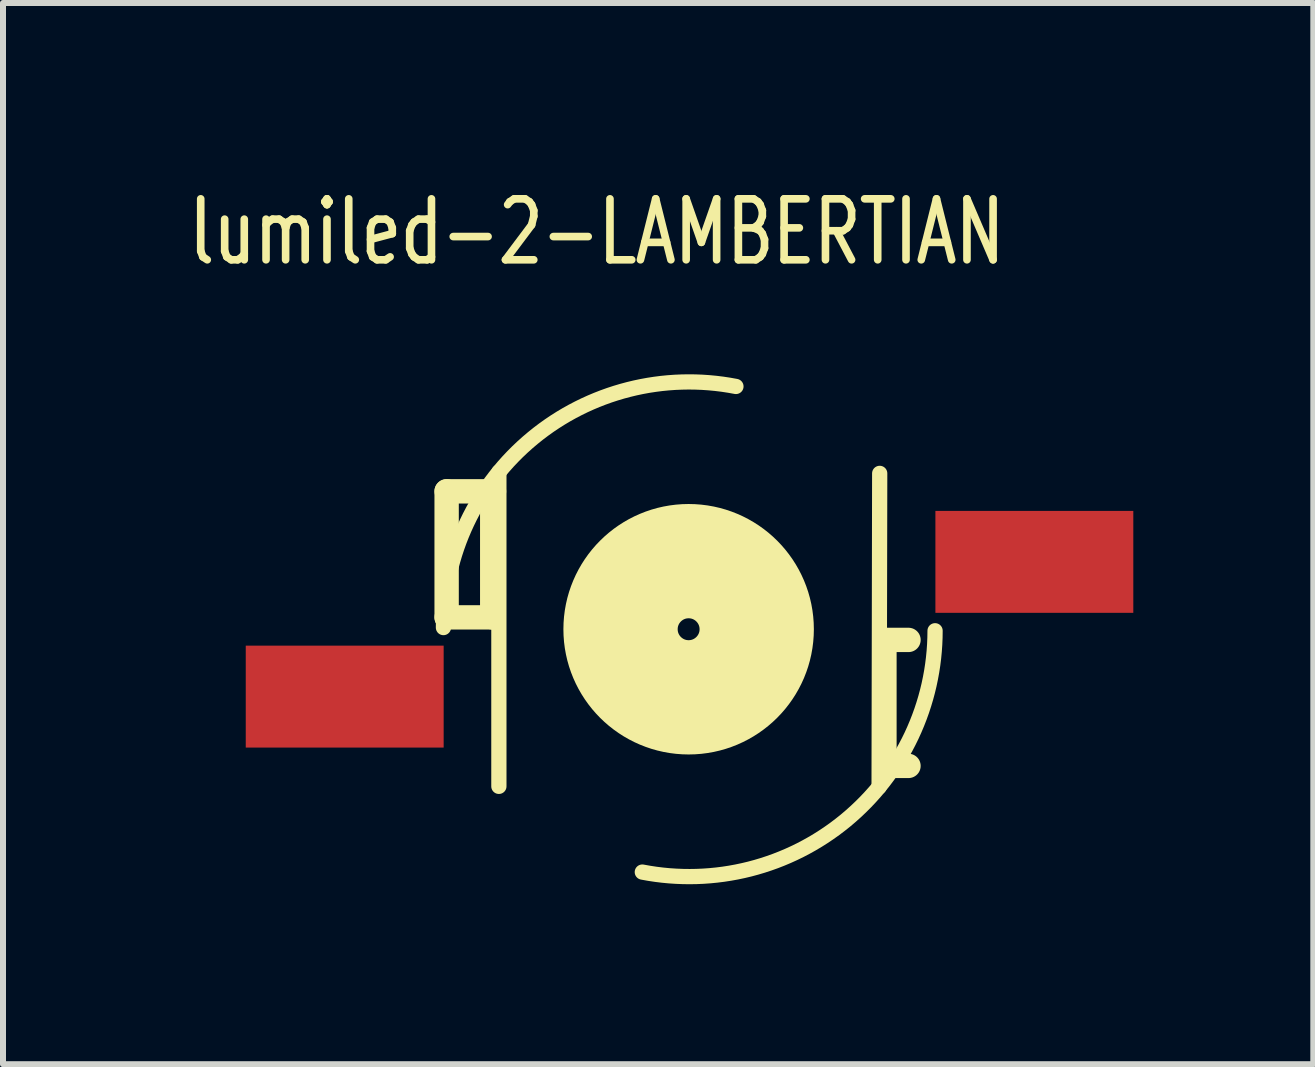
<source format=kicad_pcb>
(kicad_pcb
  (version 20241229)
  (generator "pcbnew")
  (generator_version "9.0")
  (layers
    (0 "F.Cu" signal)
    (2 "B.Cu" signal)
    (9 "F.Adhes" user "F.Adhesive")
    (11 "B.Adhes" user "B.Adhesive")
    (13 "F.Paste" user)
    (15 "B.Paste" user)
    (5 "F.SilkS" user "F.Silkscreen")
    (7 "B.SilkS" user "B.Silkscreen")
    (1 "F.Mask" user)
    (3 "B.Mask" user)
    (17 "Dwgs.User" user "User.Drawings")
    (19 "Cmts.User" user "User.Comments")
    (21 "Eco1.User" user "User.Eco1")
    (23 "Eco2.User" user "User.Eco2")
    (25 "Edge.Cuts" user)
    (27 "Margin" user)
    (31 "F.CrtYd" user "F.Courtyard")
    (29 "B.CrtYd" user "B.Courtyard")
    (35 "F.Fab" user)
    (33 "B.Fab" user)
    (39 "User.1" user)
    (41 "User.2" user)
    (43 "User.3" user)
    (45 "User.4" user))
  (footprint "lumiled-2-LAMBERTIAN"
    (layer "F.Cu")
    (at 8.444 7.439)
    (property "Reference" "lumiled-2-LAMBERTIAN" (at -1.544 -6.622 0) (layer "F.SilkS") (effects (font (size 1.016 0.762) (thickness 0.127))))
    (attr through_hole)
    (fp_line (start -4.049 -2.299) (end -4.049 -0.198) (stroke (width 0.406) (type solid)) (layer "F.SilkS"))
    (fp_line (start -4.049 -0.198) (end -3.269 -0.198) (stroke (width 0.406) (type solid)) (layer "F.SilkS"))
    (fp_line (start -3.289 -2.299) (end -4.049 -2.299) (stroke (width 0.406) (type solid)) (layer "F.SilkS"))
    (fp_line (start -3.289 -2.299) (end -3.289 -0.198) (stroke (width 0.406) (type solid)) (layer "F.SilkS"))
    (fp_line (start -3.259 -2.299) (end -3.289 -2.299) (stroke (width 0.406) (type solid)) (layer "F.SilkS"))
    (fp_line (start -3.178 -2.619) (end -3.178 2.619) (stroke (width 0.254) (type solid)) (layer "F.SilkS"))
    (fp_line (start 3.17 -2.598) (end 3.16 2.629) (stroke (width 0.254) (type solid)) (layer "F.SilkS"))
    (fp_line (start 3.249 2.278) (end 3.249 0.178) (stroke (width 0.406) (type solid)) (layer "F.SilkS"))
    (fp_line (start 3.249 2.278) (end 3.65 2.278) (stroke (width 0.406) (type solid)) (layer "F.SilkS"))
    (fp_line (start 3.65 0.178) (end 3.249 0.178) (stroke (width 0.406) (type solid)) (layer "F.SilkS"))
    (fp_arc (start -4.1021 -0.02794) (mid -2.612029 -3.187342) (end 0.773644 -4.047193) (stroke (width 0.254) (type solid)) (layer "F.SilkS"))
    (fp_arc (start 4.092956 0.0254) (mid 2.601592 3.187545) (end -0.787022 4.048144) (stroke (width 0.254) (type solid)) (layer "F.SilkS"))
    (fp_circle (center -0.015 0) (end -1.15 0) (stroke (width 1.905) (type solid)) (fill no) (layer "F.SilkS"))
    (fp_circle (center 0 0) (end -1.85 0) (stroke (width 0.127) (type solid)) (fill no) (layer "F.SilkS"))
    (pad "1" smd rect (at 5.748 -1.123) (size 3.299 1.699) (layers "F.Cu" "F.Mask" "F.Paste"))
    (pad "2" smd rect (at -5.748 1.123) (size 3.299 1.699) (layers "F.Cu" "F.Mask" "F.Paste")))
  (gr_rect
    (start -3 -3)
    (end 18.842 14.689)
    (stroke (width 0.1) (type default))
    (fill no)
    (layer "Edge.Cuts")))
</source>
